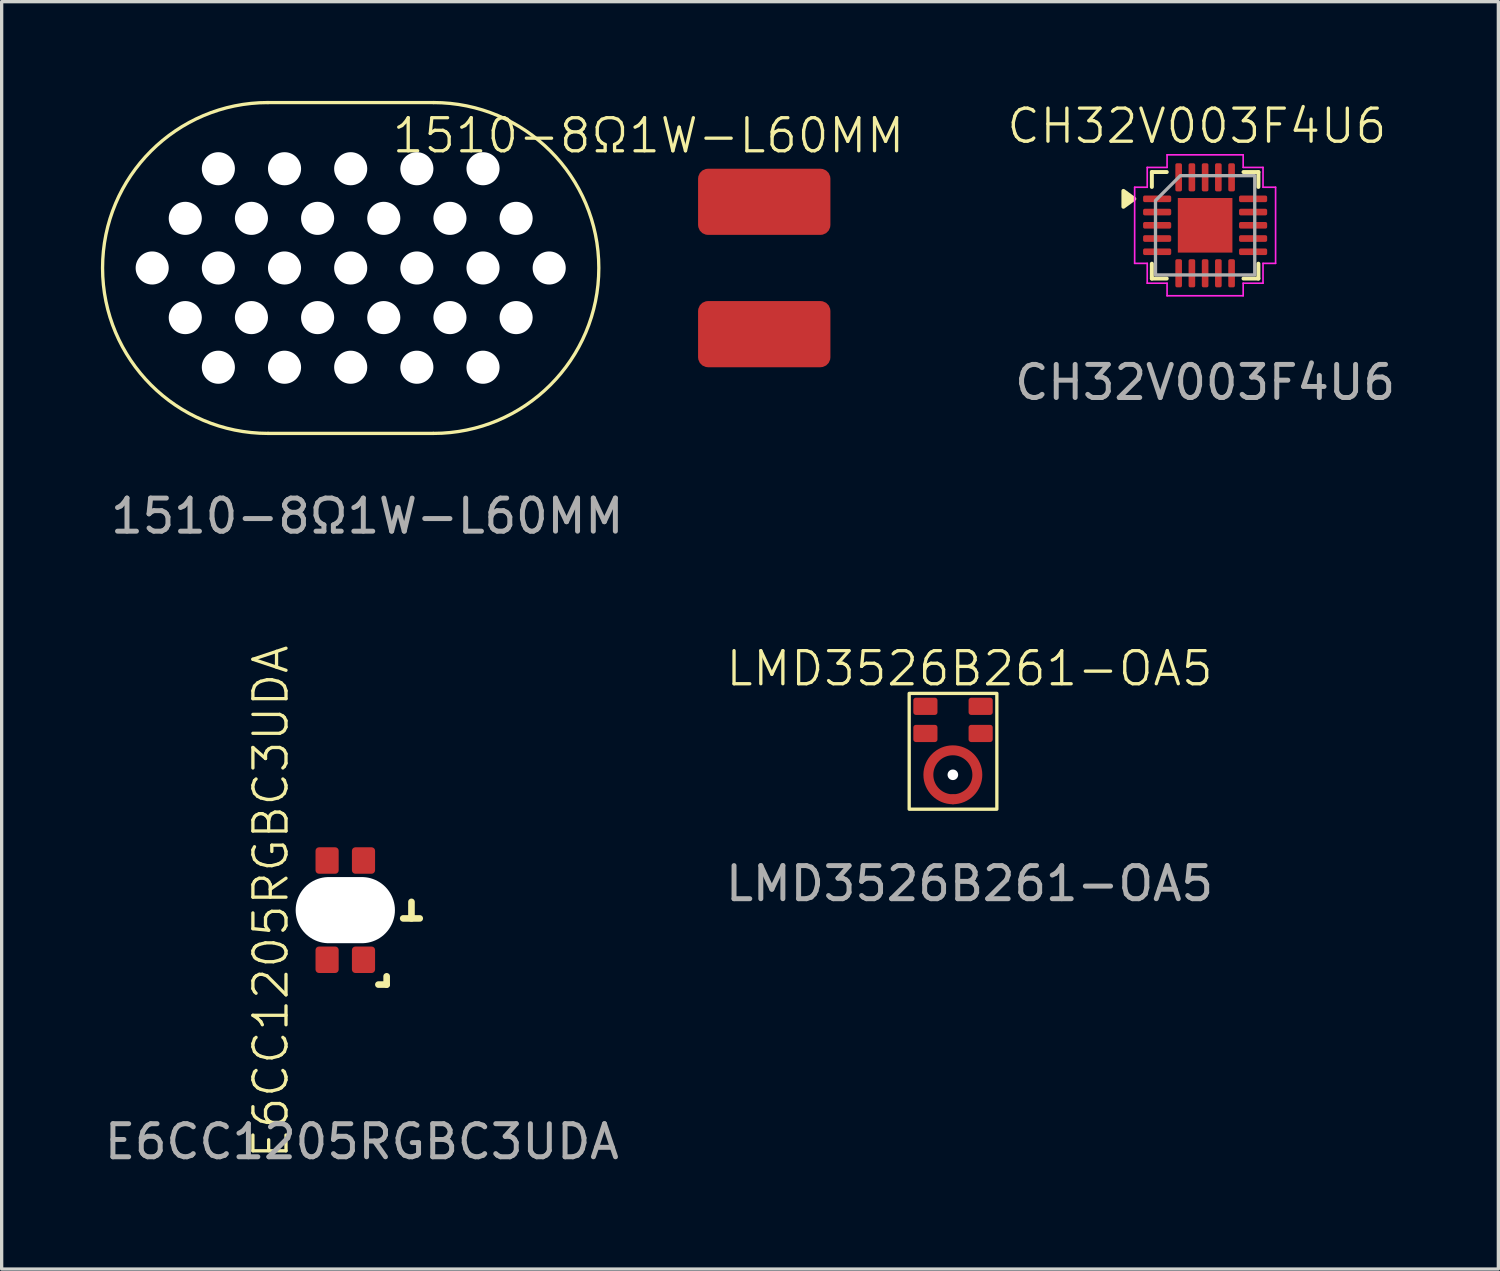
<source format=kicad_pcb>
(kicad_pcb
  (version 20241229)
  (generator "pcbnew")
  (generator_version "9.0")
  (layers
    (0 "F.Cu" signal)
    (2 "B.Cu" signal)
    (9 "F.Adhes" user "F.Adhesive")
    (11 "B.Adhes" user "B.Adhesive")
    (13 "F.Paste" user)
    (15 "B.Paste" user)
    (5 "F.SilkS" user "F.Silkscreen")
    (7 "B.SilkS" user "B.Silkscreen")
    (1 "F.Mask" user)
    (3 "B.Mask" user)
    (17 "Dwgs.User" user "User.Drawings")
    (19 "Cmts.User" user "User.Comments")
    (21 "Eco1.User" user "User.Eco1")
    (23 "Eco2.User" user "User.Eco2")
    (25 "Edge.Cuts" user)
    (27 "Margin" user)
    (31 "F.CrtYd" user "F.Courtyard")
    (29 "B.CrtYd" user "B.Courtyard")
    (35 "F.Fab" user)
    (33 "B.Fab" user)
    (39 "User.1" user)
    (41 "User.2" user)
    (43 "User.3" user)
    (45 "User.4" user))
  (footprint "1510-8Ω1W-L60MM"
    (layer "F.Cu")
    (at 7.55 5.05)
    (property "Reference" "1510-8Ω1W-L60MM" (at 9 -4 0) (unlocked yes) (layer "F.SilkS") (effects (font (size 1 1) (thickness 0.1))))
    (attr smd exclude_from_pos_files)
    (fp_line (start -2.5 -5) (end 2.5 -5) (stroke (width 0.1) (type default)) (layer "F.SilkS"))
    (fp_line (start -2.5 5) (end 2.5 5) (stroke (width 0.1) (type default)) (layer "F.SilkS"))
    (fp_arc (start -2.5 5) (mid -7.5 0) (end -2.5 -5) (stroke (width 0.1) (type default)) (layer "F.SilkS"))
    (fp_arc (start 2.5 -5) (mid 7.5 0) (end 2.5 5) (stroke (width 0.1) (type default)) (layer "F.SilkS"))
    (fp_text user "${REFERENCE}" (at 0.5 7.5 0) (unlocked yes) (layer "F.Fab") (effects (font (size 1 1) (thickness 0.15))))
    (pad "" np_thru_hole circle (at -6 0) (size 1 1) (drill 1) (layers "*.Cu" "*.Mask"))
    (pad "" np_thru_hole circle (at -5 -1.5) (size 1 1) (drill 1) (layers "*.Cu" "*.Mask"))
    (pad "" np_thru_hole circle (at -5 1.5) (size 1 1) (drill 1) (layers "*.Cu" "*.Mask"))
    (pad "" np_thru_hole circle (at -4 -3) (size 1 1) (drill 1) (layers "*.Cu" "*.Mask"))
    (pad "" np_thru_hole circle (at -4 0) (size 1 1) (drill 1) (layers "*.Cu" "*.Mask"))
    (pad "" np_thru_hole circle (at -4 3) (size 1 1) (drill 1) (layers "*.Cu" "*.Mask"))
    (pad "" np_thru_hole circle (at -3 -1.5) (size 1 1) (drill 1) (layers "*.Cu" "*.Mask"))
    (pad "" np_thru_hole circle (at -3 1.5) (size 1 1) (drill 1) (layers "*.Cu" "*.Mask"))
    (pad "" np_thru_hole circle (at -2 -3) (size 1 1) (drill 1) (layers "*.Cu" "*.Mask"))
    (pad "" np_thru_hole circle (at -2 0) (size 1 1) (drill 1) (layers "*.Cu" "*.Mask"))
    (pad "" np_thru_hole circle (at -2 3) (size 1 1) (drill 1) (layers "*.Cu" "*.Mask"))
    (pad "" np_thru_hole circle (at -1 -1.5) (size 1 1) (drill 1) (layers "*.Cu" "*.Mask"))
    (pad "" np_thru_hole circle (at -1 1.5) (size 1 1) (drill 1) (layers "*.Cu" "*.Mask"))
    (pad "" np_thru_hole circle (at 0 -3) (size 1 1) (drill 1) (layers "*.Cu" "*.Mask"))
    (pad "" np_thru_hole circle (at 0 0) (size 1 1) (drill 1) (layers "*.Cu" "*.Mask"))
    (pad "" np_thru_hole circle (at 0 3) (size 1 1) (drill 1) (layers "*.Cu" "*.Mask"))
    (pad "" np_thru_hole circle (at 1 -1.5) (size 1 1) (drill 1) (layers "*.Cu" "*.Mask"))
    (pad "" np_thru_hole circle (at 1 1.5) (size 1 1) (drill 1) (layers "*.Cu" "*.Mask"))
    (pad "" np_thru_hole circle (at 2 -3) (size 1 1) (drill 1) (layers "*.Cu" "*.Mask"))
    (pad "" np_thru_hole circle (at 2 0) (size 1 1) (drill 1) (layers "*.Cu" "*.Mask"))
    (pad "" np_thru_hole circle (at 2 3) (size 1 1) (drill 1) (layers "*.Cu" "*.Mask"))
    (pad "" np_thru_hole circle (at 3 -1.5) (size 1 1) (drill 1) (layers "*.Cu" "*.Mask"))
    (pad "" np_thru_hole circle (at 3 1.5) (size 1 1) (drill 1) (layers "*.Cu" "*.Mask"))
    (pad "" np_thru_hole circle (at 4 -3) (size 1 1) (drill 1) (layers "*.Cu" "*.Mask"))
    (pad "" np_thru_hole circle (at 4 0) (size 1 1) (drill 1) (layers "*.Cu" "*.Mask"))
    (pad "" np_thru_hole circle (at 4 3) (size 1 1) (drill 1) (layers "*.Cu" "*.Mask"))
    (pad "" np_thru_hole circle (at 5 -1.5) (size 1 1) (drill 1) (layers "*.Cu" "*.Mask"))
    (pad "" np_thru_hole circle (at 5 1.5) (size 1 1) (drill 1) (layers "*.Cu" "*.Mask"))
    (pad "" np_thru_hole circle (at 6 0) (size 1 1) (drill 1) (layers "*.Cu" "*.Mask"))
    (pad "1" smd roundrect (at 12.5 -2) (size 4 2) (layers "F.Cu" "F.Mask" "F.Paste") (roundrect_rratio 0.15))
    (pad "2" smd roundrect (at 12.5 2) (size 4 2) (layers "F.Cu" "F.Mask" "F.Paste") (roundrect_rratio 0.15)))
  (footprint "E6CC1205RGBC3UDA"
    (layer "F.Cu")
    (at 7.387 24.46)
    (property "Reference" "E6CC1205RGBC3UDA" (at -2.25 -0.25 90) (unlocked yes) (layer "F.SilkS") (effects (font (size 1 1) (thickness 0.1))))
    (attr smd)
    (fp_line (start 1.25 2) (end 1.25 2.25) (stroke (width 0.2) (type solid)) (layer "F.SilkS"))
    (fp_line (start 1.25 2.25) (end 1 2.25) (stroke (width 0.2) (type solid)) (layer "F.SilkS"))
    (fp_line (start 1.75 0.25) (end 2.25 0.25) (stroke (width 0.2) (type solid)) (layer "F.SilkS"))
    (fp_line (start 2 0.25) (end 2 -0.25) (stroke (width 0.2) (type solid)) (layer "F.SilkS"))
    (fp_text user "${REFERENCE}" (at 0.5 7 0) (unlocked yes) (layer "F.Fab") (effects (font (size 1 1) (thickness 0.15))))
    (pad "" np_thru_hole oval (at 0 0) (size 3 2) (drill oval 3 2) (layers "*.Cu" "*.Mask"))
    (pad "1" smd roundrect (at 0.55 1.5) (size 0.7 0.8) (layers "F.Cu" "F.Mask" "F.Paste") (roundrect_rratio 0.15))
    (pad "2" smd roundrect (at 0.55 -1.5) (size 0.7 0.8) (layers "F.Cu" "F.Mask" "F.Paste") (roundrect_rratio 0.15))
    (pad "3" smd roundrect (at -0.55 1.5) (size 0.7 0.8) (layers "F.Cu" "F.Mask" "F.Paste") (roundrect_rratio 0.15))
    (pad "4" smd roundrect (at -0.55 -1.5) (size 0.7 0.8) (layers "F.Cu" "F.Mask" "F.Paste") (roundrect_rratio 0.15)))
  (footprint "LMD3526B261-OA5"
    (layer "F.Cu")
    (at 25.756 19.659)
    (property "Reference" "LMD3526B261-OA5" (at 0.5 -2.5 0) (unlocked yes) (layer "F.SilkS") (effects (font (size 1 1) (thickness 0.1))))
    (attr smd)
    (fp_circle (center -0.005 0.71) (end 0.735 0.71) (stroke (width 0.3) (type solid)) (fill no) (layers "F.Cu" "F.Mask"))
    (fp_rect (start -1.325 -1.75) (end 1.325 1.75) (stroke (width 0.1) (type solid)) (fill no) (layer "F.SilkS"))
    (fp_circle (center -0.004 0.71) (end 0.736 0.71) (stroke (width 0.3) (type solid)) (fill no) (layer "F.Paste"))
    (fp_text user "${REFERENCE}" (at 0.5 4 0) (unlocked yes) (layer "F.Fab") (effects (font (size 1 1) (thickness 0.15))))
    (pad "" np_thru_hole circle (at -0.005 0.71) (size 0.32 0.32) (drill 0.32) (layers "*.Cu" "*.Mask"))
    (pad "1" smd roundrect (at -0.835 -1.36) (size 0.73 0.52) (layers "F.Cu" "F.Mask" "F.Paste") (roundrect_rratio 0.15))
    (pad "2" smd roundrect (at -0.835 -0.54) (size 0.73 0.52) (layers "F.Cu" "F.Mask" "F.Paste") (roundrect_rratio 0.15))
    (pad "3" smd roundrect (at 0.835 -0.54) (size 0.73 0.52) (layers "F.Cu" "F.Mask" "F.Paste") (roundrect_rratio 0.15))
    (pad "4" smd roundrect (at 0.835 -1.36) (size 0.73 0.52) (layers "F.Cu" "F.Mask" "F.Paste") (roundrect_rratio 0.15))
    (pad "5" smd circle (at 0 1.45) (size 0.3 0.3) (layers "F.Cu" "F.Mask" "F.Paste")))
  (footprint "CH32V003F4U6"
    (layer "F.Cu")
    (at 33.376 3.76)
    (property "Reference" "CH32V003F4U6" (at -0.25 -3 0) (unlocked yes) (layer "F.SilkS") (effects (font (size 1 1) (thickness 0.1))))
    (attr smd)
    (fp_line (start -1.61 -1.61) (end -1.16 -1.61) (stroke (width 0.12) (type solid)) (layer "F.SilkS"))
    (fp_line (start -1.61 -1.16) (end -1.61 -1.61) (stroke (width 0.12) (type solid)) (layer "F.SilkS"))
    (fp_line (start -1.61 1.61) (end -1.61 1.16) (stroke (width 0.12) (type solid)) (layer "F.SilkS"))
    (fp_line (start -1.16 1.61) (end -1.61 1.61) (stroke (width 0.12) (type solid)) (layer "F.SilkS"))
    (fp_line (start 1.16 -1.61) (end 1.61 -1.61) (stroke (width 0.12) (type solid)) (layer "F.SilkS"))
    (fp_line (start 1.61 -1.61) (end 1.61 -1.16) (stroke (width 0.12) (type solid)) (layer "F.SilkS"))
    (fp_line (start 1.61 1.16) (end 1.61 1.61) (stroke (width 0.12) (type solid)) (layer "F.SilkS"))
    (fp_line (start 1.61 1.61) (end 1.16 1.61) (stroke (width 0.12) (type solid)) (layer "F.SilkS"))
    (fp_poly (pts (xy -2.14 -0.8) (xy -2.47 -0.56) (xy -2.47 -1.04)) (stroke (width 0.12) (type solid)) (fill yes) (layer "F.SilkS"))
    (fp_line (start -2.13 -1.15) (end -1.75 -1.15) (stroke (width 0.05) (type solid)) (layer "F.CrtYd"))
    (fp_line (start -2.13 1.15) (end -2.13 -1.15) (stroke (width 0.05) (type solid)) (layer "F.CrtYd"))
    (fp_line (start -1.75 -1.75) (end -1.15 -1.75) (stroke (width 0.05) (type solid)) (layer "F.CrtYd"))
    (fp_line (start -1.75 -1.15) (end -1.75 -1.75) (stroke (width 0.05) (type solid)) (layer "F.CrtYd"))
    (fp_line (start -1.75 1.15) (end -2.13 1.15) (stroke (width 0.05) (type solid)) (layer "F.CrtYd"))
    (fp_line (start -1.75 1.75) (end -1.75 1.15) (stroke (width 0.05) (type solid)) (layer "F.CrtYd"))
    (fp_line (start -1.15 -2.13) (end 1.15 -2.13) (stroke (width 0.05) (type solid)) (layer "F.CrtYd"))
    (fp_line (start -1.15 -1.75) (end -1.15 -2.13) (stroke (width 0.05) (type solid)) (layer "F.CrtYd"))
    (fp_line (start -1.15 1.75) (end -1.75 1.75) (stroke (width 0.05) (type solid)) (layer "F.CrtYd"))
    (fp_line (start -1.15 2.13) (end -1.15 1.75) (stroke (width 0.05) (type solid)) (layer "F.CrtYd"))
    (fp_line (start 1.15 -2.13) (end 1.15 -1.75) (stroke (width 0.05) (type solid)) (layer "F.CrtYd"))
    (fp_line (start 1.15 -1.75) (end 1.75 -1.75) (stroke (width 0.05) (type solid)) (layer "F.CrtYd"))
    (fp_line (start 1.15 1.75) (end 1.15 2.13) (stroke (width 0.05) (type solid)) (layer "F.CrtYd"))
    (fp_line (start 1.15 2.13) (end -1.15 2.13) (stroke (width 0.05) (type solid)) (layer "F.CrtYd"))
    (fp_line (start 1.75 -1.75) (end 1.75 -1.15) (stroke (width 0.05) (type solid)) (layer "F.CrtYd"))
    (fp_line (start 1.75 -1.15) (end 2.13 -1.15) (stroke (width 0.05) (type solid)) (layer "F.CrtYd"))
    (fp_line (start 1.75 1.15) (end 1.75 1.75) (stroke (width 0.05) (type solid)) (layer "F.CrtYd"))
    (fp_line (start 1.75 1.75) (end 1.15 1.75) (stroke (width 0.05) (type solid)) (layer "F.CrtYd"))
    (fp_line (start 2.13 -1.15) (end 2.13 1.15) (stroke (width 0.05) (type solid)) (layer "F.CrtYd"))
    (fp_line (start 2.13 1.15) (end 1.75 1.15) (stroke (width 0.05) (type solid)) (layer "F.CrtYd"))
    (fp_poly (pts (xy -0.75 -1.5) (xy 1.5 -1.5) (xy 1.5 1.5) (xy -1.5 1.5) (xy -1.5 -0.75)) (stroke (width 0.1) (type solid)) (fill no) (layer "F.Fab"))
    (fp_text user "${REFERENCE}" (at 0 4.75 0) (unlocked yes) (layer "F.Fab") (effects (font (size 1 1) (thickness 0.15))))
    (pad "" smd roundrect (at -0.41 -0.41) (size 0.67 0.67) (layers "F.Paste") (roundrect_rratio 0.25))
    (pad "" smd roundrect (at -0.41 0.41) (size 0.67 0.67) (layers "F.Paste") (roundrect_rratio 0.25))
    (pad "" smd roundrect (at 0.41 -0.41) (size 0.67 0.67) (layers "F.Paste") (roundrect_rratio 0.25))
    (pad "" smd roundrect (at 0.41 0.41) (size 0.67 0.67) (layers "F.Paste") (roundrect_rratio 0.25))
    (pad "1" smd roundrect (at -1.45 -0.8) (size 0.85 0.2) (layers "F.Cu" "F.Mask" "F.Paste") (roundrect_rratio 0.25))
    (pad "2" smd roundrect (at -1.45 -0.4) (size 0.85 0.2) (layers "F.Cu" "F.Mask" "F.Paste") (roundrect_rratio 0.25))
    (pad "3" smd roundrect (at -1.45 0) (size 0.85 0.2) (layers "F.Cu" "F.Mask" "F.Paste") (roundrect_rratio 0.25))
    (pad "4" smd roundrect (at -1.45 0.4) (size 0.85 0.2) (layers "F.Cu" "F.Mask" "F.Paste") (roundrect_rratio 0.25))
    (pad "5" smd roundrect (at -1.45 0.8) (size 0.85 0.2) (layers "F.Cu" "F.Mask" "F.Paste") (roundrect_rratio 0.25))
    (pad "6" smd roundrect (at -0.8 1.45) (size 0.2 0.85) (layers "F.Cu" "F.Mask" "F.Paste") (roundrect_rratio 0.25))
    (pad "7" smd roundrect (at -0.4 1.45) (size 0.2 0.85) (layers "F.Cu" "F.Mask" "F.Paste") (roundrect_rratio 0.25))
    (pad "8" smd roundrect (at 0 1.45) (size 0.2 0.85) (layers "F.Cu" "F.Mask" "F.Paste") (roundrect_rratio 0.25))
    (pad "9" smd roundrect (at 0.4 1.45) (size 0.2 0.85) (layers "F.Cu" "F.Mask" "F.Paste") (roundrect_rratio 0.25))
    (pad "10" smd roundrect (at 0.8 1.45) (size 0.2 0.85) (layers "F.Cu" "F.Mask" "F.Paste") (roundrect_rratio 0.25))
    (pad "11" smd roundrect (at 1.45 0.8) (size 0.85 0.2) (layers "F.Cu" "F.Mask" "F.Paste") (roundrect_rratio 0.25))
    (pad "12" smd roundrect (at 1.45 0.4) (size 0.85 0.2) (layers "F.Cu" "F.Mask" "F.Paste") (roundrect_rratio 0.25))
    (pad "13" smd roundrect (at 1.45 0) (size 0.85 0.2) (layers "F.Cu" "F.Mask" "F.Paste") (roundrect_rratio 0.25))
    (pad "14" smd roundrect (at 1.45 -0.4) (size 0.85 0.2) (layers "F.Cu" "F.Mask" "F.Paste") (roundrect_rratio 0.25))
    (pad "15" smd roundrect (at 1.45 -0.8) (size 0.85 0.2) (layers "F.Cu" "F.Mask" "F.Paste") (roundrect_rratio 0.25))
    (pad "16" smd roundrect (at 0.8 -1.45) (size 0.2 0.85) (layers "F.Cu" "F.Mask" "F.Paste") (roundrect_rratio 0.25))
    (pad "17" smd roundrect (at 0.4 -1.45) (size 0.2 0.85) (layers "F.Cu" "F.Mask" "F.Paste") (roundrect_rratio 0.25))
    (pad "18" smd roundrect (at 0 -1.45) (size 0.2 0.85) (layers "F.Cu" "F.Mask" "F.Paste") (roundrect_rratio 0.25))
    (pad "19" smd roundrect (at -0.4 -1.45) (size 0.2 0.85) (layers "F.Cu" "F.Mask" "F.Paste") (roundrect_rratio 0.25))
    (pad "20" smd roundrect (at -0.8 -1.45) (size 0.2 0.85) (layers "F.Cu" "F.Mask" "F.Paste") (roundrect_rratio 0.25))
    (pad "21" smd rect (at 0 0) (size 1.65 1.65) (property pad_prop_heatsink) (layers "F.Cu" "F.Mask")))
  (gr_rect
    (start -3 -3)
    (end 42.239 35.308)
    (stroke (width 0.1) (type default))
    (fill no)
    (layer "Edge.Cuts")))
</source>
